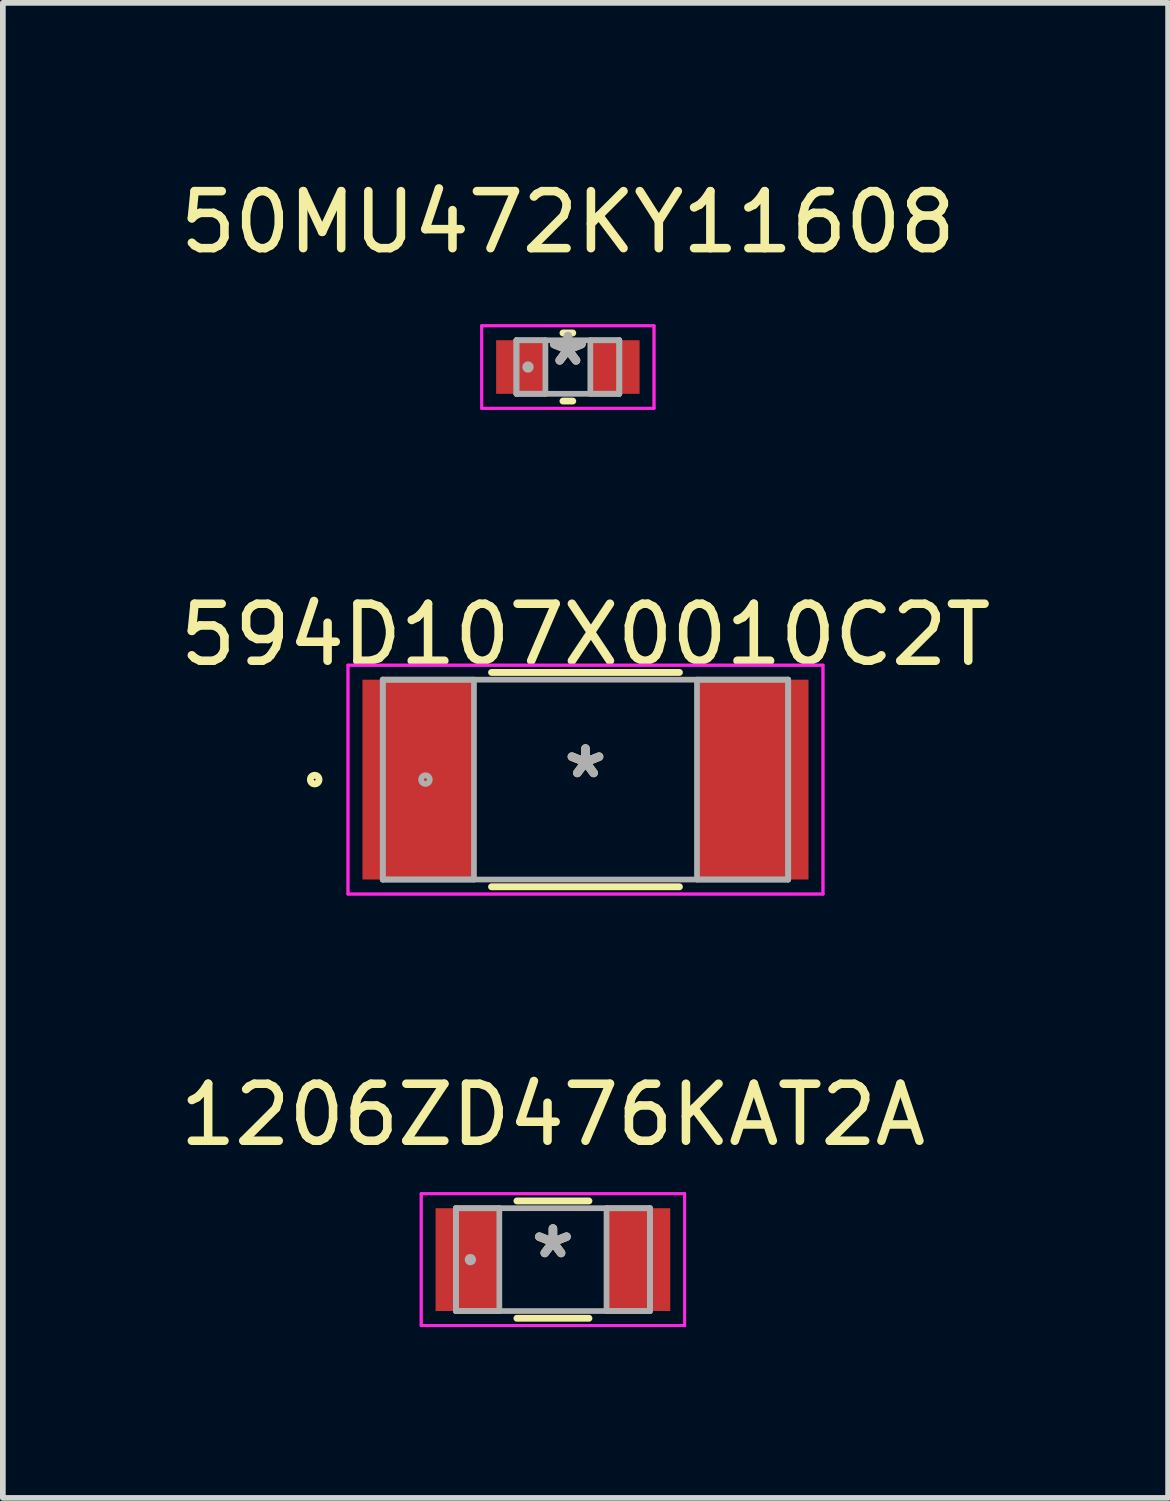
<source format=kicad_pcb>
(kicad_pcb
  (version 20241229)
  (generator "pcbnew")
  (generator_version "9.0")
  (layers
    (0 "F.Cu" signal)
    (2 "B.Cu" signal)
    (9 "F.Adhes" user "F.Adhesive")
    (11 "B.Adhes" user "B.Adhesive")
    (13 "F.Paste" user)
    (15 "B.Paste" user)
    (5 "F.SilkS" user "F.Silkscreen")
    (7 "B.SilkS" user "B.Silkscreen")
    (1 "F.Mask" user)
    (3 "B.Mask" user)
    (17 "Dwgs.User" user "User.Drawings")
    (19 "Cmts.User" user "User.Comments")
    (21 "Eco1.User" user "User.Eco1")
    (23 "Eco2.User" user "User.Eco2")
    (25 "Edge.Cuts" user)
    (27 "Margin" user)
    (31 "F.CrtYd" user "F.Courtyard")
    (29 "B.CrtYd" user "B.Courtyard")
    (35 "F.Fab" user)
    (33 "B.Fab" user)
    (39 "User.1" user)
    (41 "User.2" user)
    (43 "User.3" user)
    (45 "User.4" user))
  (footprint "594D107X0010C2T"
    (layer "F.Cu")
    (at 7.22 10.625)
    (property "Reference" "594D107X0010C2T" (at 0 -2.54 0) (layer "F.SilkS") (effects (font (size 1 1) (thickness 0.15))))
    (attr through_hole)
    (fp_line (start -1.648 1.88) (end 1.648 1.88) (stroke (width 0.12) (type solid)) (layer "F.SilkS"))
    (fp_line (start 1.648 -1.88) (end -1.648 -1.88) (stroke (width 0.12) (type solid)) (layer "F.SilkS"))
    (fp_circle (center -4.75 0) (end -4.674 0) (stroke (width 0.12) (type solid)) (fill no) (layer "F.SilkS"))
    (fp_line (start -4.166 -2.007) (end 4.166 -2.007) (stroke (width 0.05) (type solid)) (layer "F.CrtYd"))
    (fp_line (start -4.166 -2.007) (end 4.166 -2.007) (stroke (width 0.05) (type solid)) (layer "F.CrtYd"))
    (fp_line (start -4.166 2.007) (end -4.166 -2.007) (stroke (width 0.05) (type solid)) (layer "F.CrtYd"))
    (fp_line (start -4.166 2.007) (end -4.166 -2.007) (stroke (width 0.05) (type solid)) (layer "F.CrtYd"))
    (fp_line (start 4.166 -2.007) (end 4.166 2.007) (stroke (width 0.05) (type solid)) (layer "F.CrtYd"))
    (fp_line (start 4.166 -2.007) (end 4.166 2.007) (stroke (width 0.05) (type solid)) (layer "F.CrtYd"))
    (fp_line (start 4.166 2.007) (end -4.166 2.007) (stroke (width 0.05) (type solid)) (layer "F.CrtYd"))
    (fp_line (start 4.166 2.007) (end -4.166 2.007) (stroke (width 0.05) (type solid)) (layer "F.CrtYd"))
    (fp_line (start -3.556 -1.753) (end -3.556 1.753) (stroke (width 0.1) (type solid)) (layer "F.Fab"))
    (fp_line (start -3.556 -1.753) (end -3.556 1.753) (stroke (width 0.1) (type solid)) (layer "F.Fab"))
    (fp_line (start -3.556 1.753) (end -1.956 1.753) (stroke (width 0.1) (type solid)) (layer "F.Fab"))
    (fp_line (start -3.556 1.753) (end 3.556 1.753) (stroke (width 0.1) (type solid)) (layer "F.Fab"))
    (fp_line (start -1.956 -1.753) (end -3.556 -1.753) (stroke (width 0.1) (type solid)) (layer "F.Fab"))
    (fp_line (start -1.956 1.753) (end -1.956 -1.753) (stroke (width 0.1) (type solid)) (layer "F.Fab"))
    (fp_line (start 1.956 -1.753) (end 1.956 1.753) (stroke (width 0.1) (type solid)) (layer "F.Fab"))
    (fp_line (start 1.956 1.753) (end 3.556 1.753) (stroke (width 0.1) (type solid)) (layer "F.Fab"))
    (fp_line (start 3.556 -1.753) (end -3.556 -1.753) (stroke (width 0.1) (type solid)) (layer "F.Fab"))
    (fp_line (start 3.556 -1.753) (end 1.956 -1.753) (stroke (width 0.1) (type solid)) (layer "F.Fab"))
    (fp_line (start 3.556 1.753) (end 3.556 -1.753) (stroke (width 0.1) (type solid)) (layer "F.Fab"))
    (fp_line (start 3.556 1.753) (end 3.556 -1.753) (stroke (width 0.1) (type solid)) (layer "F.Fab"))
    (fp_circle (center -2.807 0) (end -2.731 0) (stroke (width 0.1) (type solid)) (fill no) (layer "F.Fab"))
    (fp_text user "*" (at 0 0 0) (layer "F.SilkS") (effects (font (size 1 1) (thickness 0.15))))
    (fp_text user "*" (at 0 0 0) (layer "F.Fab") (effects (font (size 1 1) (thickness 0.15))))
    (pad "1" smd rect (at -2.934 0) (size 1.956 3.505) (layers "F.Cu" "F.Mask" "F.Paste"))
    (pad "2" smd rect (at 2.934 0) (size 1.956 3.505) (layers "F.Cu" "F.Mask" "F.Paste")))
  (footprint "50MU472KY11608"
    (layer "F.Cu")
    (at 6.911 3.388)
    (property "Reference" "50MU472KY11608" (at 0 -2.54 0) (layer "F.SilkS") (effects (font (size 1 1) (thickness 0.15))))
    (attr through_hole)
    (fp_line (start -0.086 0.597) (end 0.086 0.597) (stroke (width 0.12) (type solid)) (layer "F.SilkS"))
    (fp_line (start 0.086 -0.597) (end -0.086 -0.597) (stroke (width 0.12) (type solid)) (layer "F.SilkS"))
    (fp_line (start -1.511 -0.724) (end 1.511 -0.724) (stroke (width 0.05) (type solid)) (layer "F.CrtYd"))
    (fp_line (start -1.511 -0.724) (end 1.511 -0.724) (stroke (width 0.05) (type solid)) (layer "F.CrtYd"))
    (fp_line (start -1.511 0.724) (end -1.511 -0.724) (stroke (width 0.05) (type solid)) (layer "F.CrtYd"))
    (fp_line (start -1.511 0.724) (end -1.511 -0.724) (stroke (width 0.05) (type solid)) (layer "F.CrtYd"))
    (fp_line (start 1.511 -0.724) (end 1.511 0.724) (stroke (width 0.05) (type solid)) (layer "F.CrtYd"))
    (fp_line (start 1.511 -0.724) (end 1.511 0.724) (stroke (width 0.05) (type solid)) (layer "F.CrtYd"))
    (fp_line (start 1.511 0.724) (end -1.511 0.724) (stroke (width 0.05) (type solid)) (layer "F.CrtYd"))
    (fp_line (start 1.511 0.724) (end -1.511 0.724) (stroke (width 0.05) (type solid)) (layer "F.CrtYd"))
    (fp_line (start -0.902 -0.47) (end -0.902 0.47) (stroke (width 0.1) (type solid)) (layer "F.Fab"))
    (fp_line (start -0.902 -0.47) (end -0.902 0.47) (stroke (width 0.1) (type solid)) (layer "F.Fab"))
    (fp_line (start -0.902 0.47) (end -0.394 0.47) (stroke (width 0.1) (type solid)) (layer "F.Fab"))
    (fp_line (start -0.902 0.47) (end 0.902 0.47) (stroke (width 0.1) (type solid)) (layer "F.Fab"))
    (fp_line (start -0.394 -0.47) (end -0.902 -0.47) (stroke (width 0.1) (type solid)) (layer "F.Fab"))
    (fp_line (start -0.394 0.47) (end -0.394 -0.47) (stroke (width 0.1) (type solid)) (layer "F.Fab"))
    (fp_line (start 0.394 -0.47) (end 0.394 0.47) (stroke (width 0.1) (type solid)) (layer "F.Fab"))
    (fp_line (start 0.394 0.47) (end 0.902 0.47) (stroke (width 0.1) (type solid)) (layer "F.Fab"))
    (fp_line (start 0.902 -0.47) (end -0.902 -0.47) (stroke (width 0.1) (type solid)) (layer "F.Fab"))
    (fp_line (start 0.902 -0.47) (end 0.394 -0.47) (stroke (width 0.1) (type solid)) (layer "F.Fab"))
    (fp_line (start 0.902 0.47) (end 0.902 -0.47) (stroke (width 0.1) (type solid)) (layer "F.Fab"))
    (fp_line (start 0.902 0.47) (end 0.902 -0.47) (stroke (width 0.1) (type solid)) (layer "F.Fab"))
    (fp_circle (center -0.699 0) (end -0.699 0) (stroke (width 0.1) (type solid)) (fill no) (layer "F.Fab"))
    (fp_text user "*" (at 0 0 0) (layer "F.SilkS") (effects (font (size 1 1) (thickness 0.15))))
    (fp_text user "*" (at 0 0 0) (layer "F.Fab") (effects (font (size 1 1) (thickness 0.15))))
    (pad "1" smd rect (at -0.826 0) (size 0.864 0.94) (layers "F.Cu" "F.Mask" "F.Paste"))
    (pad "2" smd rect (at 0.826 0) (size 0.864 0.94) (layers "F.Cu" "F.Mask" "F.Paste")))
  (footprint "1206ZD476KAT2A"
    (layer "F.Cu")
    (at 6.649 19.045)
    (property "Reference" "1206ZD476KAT2A" (at 0 -2.54 0) (layer "F.SilkS") (effects (font (size 1 1) (thickness 0.15))))
    (attr through_hole)
    (fp_line (start -0.632 1.029) (end 0.632 1.029) (stroke (width 0.12) (type solid)) (layer "F.SilkS"))
    (fp_line (start 0.632 -1.029) (end -0.632 -1.029) (stroke (width 0.12) (type solid)) (layer "F.SilkS"))
    (fp_line (start -2.311 -1.156) (end 2.311 -1.156) (stroke (width 0.05) (type solid)) (layer "F.CrtYd"))
    (fp_line (start -2.311 -1.156) (end 2.311 -1.156) (stroke (width 0.05) (type solid)) (layer "F.CrtYd"))
    (fp_line (start -2.311 1.156) (end -2.311 -1.156) (stroke (width 0.05) (type solid)) (layer "F.CrtYd"))
    (fp_line (start -2.311 1.156) (end -2.311 -1.156) (stroke (width 0.05) (type solid)) (layer "F.CrtYd"))
    (fp_line (start 2.311 -1.156) (end 2.311 1.156) (stroke (width 0.05) (type solid)) (layer "F.CrtYd"))
    (fp_line (start 2.311 -1.156) (end 2.311 1.156) (stroke (width 0.05) (type solid)) (layer "F.CrtYd"))
    (fp_line (start 2.311 1.156) (end -2.311 1.156) (stroke (width 0.05) (type solid)) (layer "F.CrtYd"))
    (fp_line (start 2.311 1.156) (end -2.311 1.156) (stroke (width 0.05) (type solid)) (layer "F.CrtYd"))
    (fp_line (start -1.702 -0.902) (end -1.702 0.902) (stroke (width 0.1) (type solid)) (layer "F.Fab"))
    (fp_line (start -1.702 -0.902) (end -1.702 0.902) (stroke (width 0.1) (type solid)) (layer "F.Fab"))
    (fp_line (start -1.702 0.902) (end -0.94 0.902) (stroke (width 0.1) (type solid)) (layer "F.Fab"))
    (fp_line (start -1.702 0.902) (end 1.702 0.902) (stroke (width 0.1) (type solid)) (layer "F.Fab"))
    (fp_line (start -0.94 -0.902) (end -1.702 -0.902) (stroke (width 0.1) (type solid)) (layer "F.Fab"))
    (fp_line (start -0.94 0.902) (end -0.94 -0.902) (stroke (width 0.1) (type solid)) (layer "F.Fab"))
    (fp_line (start 0.94 -0.902) (end 0.94 0.902) (stroke (width 0.1) (type solid)) (layer "F.Fab"))
    (fp_line (start 0.94 0.902) (end 1.702 0.902) (stroke (width 0.1) (type solid)) (layer "F.Fab"))
    (fp_line (start 1.702 -0.902) (end -1.702 -0.902) (stroke (width 0.1) (type solid)) (layer "F.Fab"))
    (fp_line (start 1.702 -0.902) (end 0.94 -0.902) (stroke (width 0.1) (type solid)) (layer "F.Fab"))
    (fp_line (start 1.702 0.902) (end 1.702 -0.902) (stroke (width 0.1) (type solid)) (layer "F.Fab"))
    (fp_line (start 1.702 0.902) (end 1.702 -0.902) (stroke (width 0.1) (type solid)) (layer "F.Fab"))
    (fp_circle (center -1.448 0) (end -1.448 0) (stroke (width 0.1) (type solid)) (fill no) (layer "F.Fab"))
    (fp_text user "*" (at 0 0 0) (layer "F.SilkS") (effects (font (size 1 1) (thickness 0.15))))
    (fp_text user "*" (at 0 0 0) (layer "F.Fab") (effects (font (size 1 1) (thickness 0.15))))
    (pad "1" smd rect (at -1.499 0) (size 1.118 1.803) (layers "F.Cu" "F.Mask" "F.Paste"))
    (pad "2" smd rect (at 1.499 0) (size 1.118 1.803) (layers "F.Cu" "F.Mask" "F.Paste")))
  (gr_rect
    (start -3 -3)
    (end 17.44 23.225)
    (stroke (width 0.1) (type default))
    (fill no)
    (layer "Edge.Cuts")))
</source>
